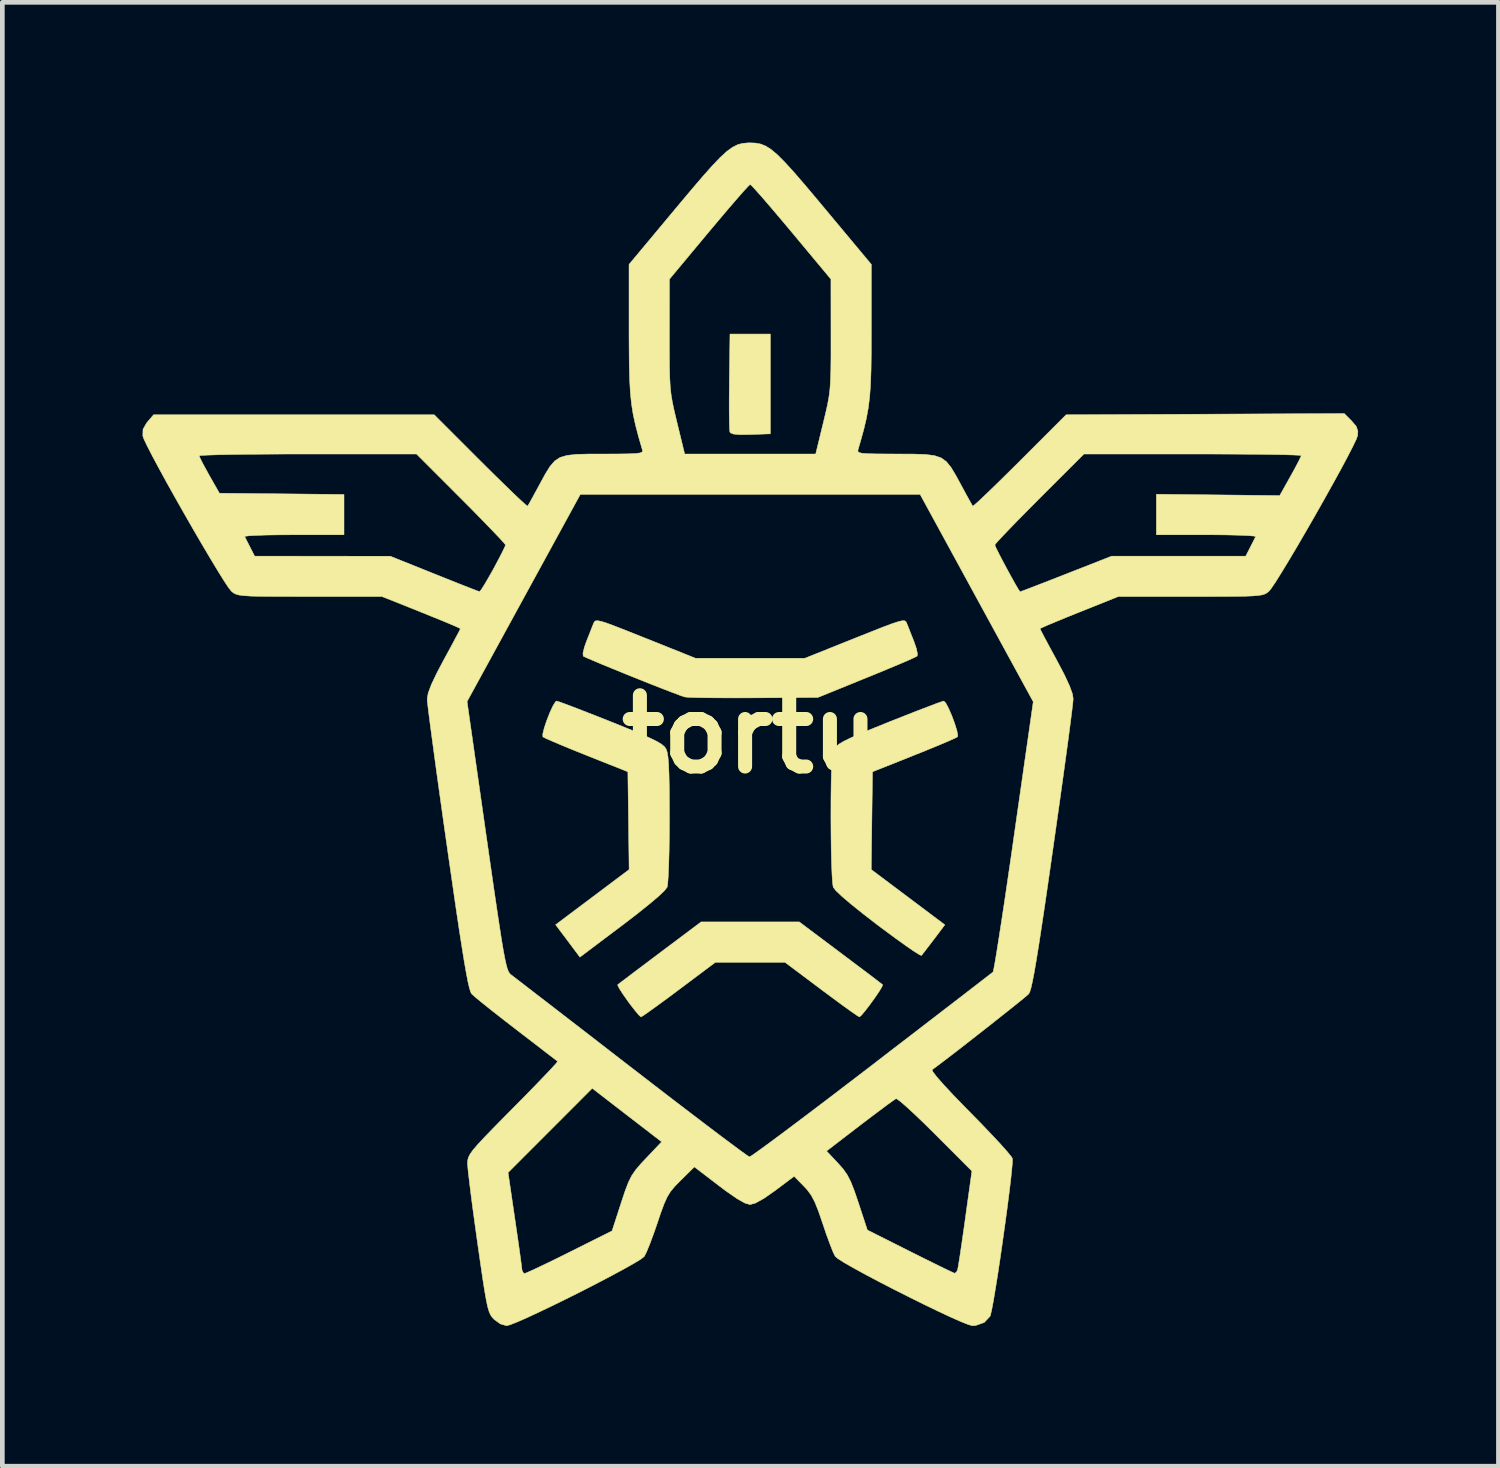
<source format=kicad_pcb>
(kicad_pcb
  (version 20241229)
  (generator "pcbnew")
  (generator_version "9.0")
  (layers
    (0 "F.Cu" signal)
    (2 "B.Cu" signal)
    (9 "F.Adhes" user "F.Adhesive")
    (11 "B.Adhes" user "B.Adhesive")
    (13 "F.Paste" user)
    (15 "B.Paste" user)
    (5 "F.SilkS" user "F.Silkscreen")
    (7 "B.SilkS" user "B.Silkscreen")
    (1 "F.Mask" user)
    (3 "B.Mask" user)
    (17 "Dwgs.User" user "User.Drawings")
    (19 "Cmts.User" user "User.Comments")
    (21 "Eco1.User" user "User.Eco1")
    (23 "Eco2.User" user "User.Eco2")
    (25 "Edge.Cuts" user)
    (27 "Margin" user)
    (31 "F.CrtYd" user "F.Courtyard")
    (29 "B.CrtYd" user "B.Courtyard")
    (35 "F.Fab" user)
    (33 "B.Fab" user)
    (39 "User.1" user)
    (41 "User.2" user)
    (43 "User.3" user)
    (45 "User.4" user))
  (footprint "tortu"
    (layer "F.Cu")
    (at 12.994 12.654)
    (property "Reference" "tortu" (at 0 0 0) (layer "F.SilkS") (effects (font (size 1.524 1.524) (thickness 0.3))))
    (attr through_hole)
    (fp_poly (pts (xy 0.432 -6.426) (xy 0.012 -6.411) (xy -0.213 -6.408) (xy -0.353 -6.42) (xy -0.422 -6.447) (xy -0.434 -6.464) (xy -0.441 -6.533) (xy -0.446 -6.688) (xy -0.449 -6.91) (xy -0.449 -7.185) (xy -0.446 -7.495) (xy -0.446 -7.545) (xy -0.432 -8.56) (xy 0.432 -8.56) (xy 0.432 -6.426)) (stroke (width 0.01) (type solid)) (fill yes) (layer "F.SilkS"))
    (fp_poly (pts (xy 1.93 4.673) (xy 2.189 4.868) (xy 2.421 5.042) (xy 2.612 5.186) (xy 2.75 5.292) (xy 2.824 5.349) (xy 2.833 5.356) (xy 2.816 5.404) (xy 2.753 5.508) (xy 2.66 5.644) (xy 2.555 5.789) (xy 2.454 5.92) (xy 2.375 6.013) (xy 2.336 6.045) (xy 2.287 6.016) (xy 2.17 5.935) (xy 1.998 5.812) (xy 1.785 5.655) (xy 1.542 5.475) (xy 1.524 5.461) (xy 0.745 4.877) (xy -0.745 4.877) (xy -1.524 5.461) (xy -1.768 5.643) (xy -1.984 5.801) (xy -2.159 5.927) (xy -2.28 6.012) (xy -2.335 6.045) (xy -2.336 6.045) (xy -2.379 6.007) (xy -2.464 5.906) (xy -2.577 5.761) (xy -2.612 5.712) (xy -2.722 5.556) (xy -2.801 5.433) (xy -2.834 5.364) (xy -2.833 5.356) (xy -2.788 5.32) (xy -2.672 5.233) (xy -2.5 5.102) (xy -2.283 4.939) (xy -2.033 4.751) (xy -1.93 4.673) (xy -1.05 4.013) (xy 1.05 4.013) (xy 1.93 4.673)) (stroke (width 0.01) (type solid)) (fill yes) (layer "F.SilkS"))
    (fp_poly (pts (xy -4.081 -0.693) (xy -3.941 -0.642) (xy -3.734 -0.564) (xy -3.475 -0.463) (xy -3.176 -0.346) (xy -2.98 -0.268) (xy -2.618 -0.122) (xy -2.34 -0.007) (xy -2.133 0.085) (xy -1.987 0.157) (xy -1.89 0.217) (xy -1.83 0.269) (xy -1.799 0.314) (xy -1.776 0.379) (xy -1.758 0.484) (xy -1.745 0.639) (xy -1.736 0.856) (xy -1.73 1.145) (xy -1.728 1.518) (xy -1.727 1.798) (xy -1.729 2.164) (xy -1.734 2.502) (xy -1.742 2.797) (xy -1.752 3.033) (xy -1.764 3.197) (xy -1.776 3.27) (xy -1.834 3.345) (xy -1.967 3.471) (xy -2.169 3.641) (xy -2.429 3.849) (xy -2.733 4.082) (xy -3.642 4.766) (xy -3.901 4.419) (xy -4.161 4.073) (xy -2.589 2.893) (xy -2.602 1.847) (xy -2.616 0.802) (xy -3.505 0.448) (xy -3.787 0.335) (xy -4.036 0.232) (xy -4.237 0.147) (xy -4.375 0.086) (xy -4.434 0.055) (xy -4.434 0.055) (xy -4.436 -0.007) (xy -4.405 -0.133) (xy -4.352 -0.292) (xy -4.287 -0.458) (xy -4.222 -0.6) (xy -4.166 -0.692) (xy -4.141 -0.711) (xy -4.081 -0.693)) (stroke (width 0.01) (type solid)) (fill yes) (layer "F.SilkS"))
    (fp_poly (pts (xy -3.175 -2.412) (xy -3.046 -2.37) (xy -2.86 -2.3) (xy -2.604 -2.2) (xy -2.267 -2.065) (xy -2.238 -2.054) (xy -1.169 -1.626) (xy 1.169 -1.626) (xy 2.238 -2.054) (xy 2.582 -2.191) (xy 2.843 -2.294) (xy 3.035 -2.366) (xy 3.167 -2.409) (xy 3.253 -2.429) (xy 3.304 -2.427) (xy 3.332 -2.408) (xy 3.349 -2.374) (xy 3.35 -2.371) (xy 3.393 -2.263) (xy 3.456 -2.102) (xy 3.502 -1.986) (xy 3.555 -1.832) (xy 3.578 -1.716) (xy 3.571 -1.673) (xy 3.514 -1.643) (xy 3.377 -1.581) (xy 3.174 -1.494) (xy 2.918 -1.387) (xy 2.625 -1.266) (xy 2.489 -1.211) (xy 1.448 -0.788) (xy 0.076 -0.779) (xy -0.292 -0.778) (xy -0.63 -0.779) (xy -0.924 -0.781) (xy -1.16 -0.785) (xy -1.322 -0.791) (xy -1.397 -0.798) (xy -1.485 -0.827) (xy -1.645 -0.887) (xy -1.86 -0.97) (xy -2.114 -1.069) (xy -2.389 -1.179) (xy -2.67 -1.292) (xy -2.939 -1.402) (xy -3.181 -1.501) (xy -3.377 -1.584) (xy -3.513 -1.643) (xy -3.571 -1.672) (xy -3.571 -1.673) (xy -3.576 -1.737) (xy -3.545 -1.864) (xy -3.502 -1.986) (xy -3.434 -2.158) (xy -3.376 -2.306) (xy -3.35 -2.371) (xy -3.333 -2.406) (xy -3.307 -2.426) (xy -3.258 -2.429) (xy -3.175 -2.412)) (stroke (width 0.01) (type solid)) (fill yes) (layer "F.SilkS"))
    (fp_poly (pts (xy 4.184 -0.667) (xy 4.244 -0.554) (xy 4.311 -0.4) (xy 4.373 -0.233) (xy 4.42 -0.082) (xy 4.44 0.024) (xy 4.434 0.055) (xy 4.376 0.085) (xy 4.239 0.146) (xy 4.039 0.231) (xy 3.79 0.333) (xy 3.509 0.446) (xy 3.505 0.448) (xy 2.616 0.802) (xy 2.602 1.847) (xy 2.589 2.893) (xy 3.376 3.484) (xy 4.163 4.075) (xy 3.928 4.387) (xy 3.811 4.54) (xy 3.718 4.661) (xy 3.666 4.727) (xy 3.662 4.731) (xy 3.615 4.711) (xy 3.499 4.638) (xy 3.326 4.519) (xy 3.109 4.363) (xy 2.858 4.178) (xy 2.728 4.081) (xy 2.421 3.844) (xy 2.164 3.638) (xy 1.965 3.469) (xy 1.833 3.344) (xy 1.776 3.27) (xy 1.763 3.187) (xy 1.751 3.016) (xy 1.741 2.774) (xy 1.733 2.475) (xy 1.729 2.134) (xy 1.727 1.798) (xy 1.728 1.367) (xy 1.732 1.027) (xy 1.739 0.766) (xy 1.75 0.574) (xy 1.764 0.439) (xy 1.784 0.35) (xy 1.799 0.314) (xy 1.835 0.263) (xy 1.898 0.211) (xy 2 0.15) (xy 2.152 0.076) (xy 2.366 -0.018) (xy 2.653 -0.136) (xy 2.98 -0.268) (xy 3.296 -0.393) (xy 3.581 -0.505) (xy 3.822 -0.597) (xy 4.004 -0.666) (xy 4.115 -0.704) (xy 4.141 -0.711) (xy 4.184 -0.667)) (stroke (width 0.01) (type solid)) (fill yes) (layer "F.SilkS"))
    (fp_poly (pts (xy 0.117 -12.644) (xy 0.224 -12.624) (xy 0.331 -12.581) (xy 0.446 -12.509) (xy 0.578 -12.398) (xy 0.735 -12.241) (xy 0.926 -12.032) (xy 1.16 -11.761) (xy 1.445 -11.423) (xy 1.581 -11.26) (xy 2.591 -10.049) (xy 2.591 -8.628) (xy 2.59 -8.168) (xy 2.585 -7.791) (xy 2.574 -7.48) (xy 2.555 -7.216) (xy 2.526 -6.981) (xy 2.485 -6.757) (xy 2.431 -6.526) (xy 2.36 -6.269) (xy 2.306 -6.083) (xy 2.303 -6.051) (xy 2.326 -6.027) (xy 2.388 -6.011) (xy 2.503 -6.002) (xy 2.684 -5.997) (xy 2.946 -5.995) (xy 3.139 -5.994) (xy 3.483 -5.993) (xy 3.743 -5.985) (xy 3.937 -5.961) (xy 4.082 -5.913) (xy 4.195 -5.832) (xy 4.294 -5.71) (xy 4.397 -5.539) (xy 4.503 -5.344) (xy 4.606 -5.154) (xy 4.691 -5) (xy 4.746 -4.903) (xy 4.76 -4.879) (xy 4.799 -4.908) (xy 4.901 -4.999) (xy 5.055 -5.145) (xy 5.253 -5.336) (xy 5.485 -5.564) (xy 5.742 -5.818) (xy 5.768 -5.844) (xy 6.757 -6.833) (xy 9.731 -6.846) (xy 12.705 -6.86) (xy 12.861 -6.704) (xy 12.963 -6.585) (xy 12.997 -6.48) (xy 12.99 -6.386) (xy 12.958 -6.299) (xy 12.88 -6.138) (xy 12.765 -5.915) (xy 12.62 -5.644) (xy 12.451 -5.337) (xy 12.266 -5.006) (xy 12.073 -4.665) (xy 11.878 -4.326) (xy 11.689 -4.002) (xy 11.513 -3.706) (xy 11.358 -3.451) (xy 11.231 -3.248) (xy 11.139 -3.113) (xy 11.096 -3.061) (xy 11.057 -3.028) (xy 11.014 -3.003) (xy 10.956 -2.983) (xy 10.871 -2.969) (xy 10.747 -2.959) (xy 10.573 -2.952) (xy 10.337 -2.949) (xy 10.028 -2.947) (xy 9.634 -2.946) (xy 9.421 -2.946) (xy 7.874 -2.946) (xy 7.036 -2.611) (xy 6.766 -2.502) (xy 6.533 -2.406) (xy 6.35 -2.33) (xy 6.234 -2.278) (xy 6.198 -2.259) (xy 6.221 -2.211) (xy 6.284 -2.09) (xy 6.379 -1.912) (xy 6.497 -1.694) (xy 6.553 -1.591) (xy 6.718 -1.277) (xy 6.829 -1.038) (xy 6.892 -0.865) (xy 6.908 -0.76) (xy 6.901 -0.678) (xy 6.881 -0.505) (xy 6.849 -0.25) (xy 6.806 0.078) (xy 6.753 0.468) (xy 6.692 0.912) (xy 6.624 1.399) (xy 6.55 1.922) (xy 6.477 2.436) (xy 6.383 3.092) (xy 6.301 3.654) (xy 6.23 4.128) (xy 6.17 4.521) (xy 6.118 4.84) (xy 6.075 5.091) (xy 6.038 5.281) (xy 6.008 5.416) (xy 5.982 5.504) (xy 5.959 5.549) (xy 5.957 5.552) (xy 5.9 5.603) (xy 5.776 5.705) (xy 5.599 5.847) (xy 5.382 6.019) (xy 5.14 6.211) (xy 4.886 6.41) (xy 4.633 6.608) (xy 4.396 6.792) (xy 4.187 6.952) (xy 4.021 7.078) (xy 3.912 7.159) (xy 3.89 7.174) (xy 3.908 7.22) (xy 3.992 7.329) (xy 4.137 7.494) (xy 4.336 7.708) (xy 4.583 7.963) (xy 4.706 8.088) (xy 4.95 8.337) (xy 5.17 8.568) (xy 5.357 8.768) (xy 5.498 8.927) (xy 5.585 9.034) (xy 5.608 9.071) (xy 5.609 9.146) (xy 5.595 9.307) (xy 5.571 9.539) (xy 5.536 9.826) (xy 5.494 10.153) (xy 5.446 10.506) (xy 5.395 10.869) (xy 5.343 11.228) (xy 5.292 11.567) (xy 5.243 11.871) (xy 5.2 12.127) (xy 5.164 12.317) (xy 5.137 12.429) (xy 5.131 12.446) (xy 5.005 12.58) (xy 4.82 12.645) (xy 4.755 12.649) (xy 4.669 12.626) (xy 4.508 12.562) (xy 4.287 12.464) (xy 4.019 12.339) (xy 3.719 12.194) (xy 3.4 12.036) (xy 3.076 11.873) (xy 2.761 11.71) (xy 2.47 11.556) (xy 2.216 11.417) (xy 2.013 11.301) (xy 1.876 11.214) (xy 1.819 11.166) (xy 1.773 11.073) (xy 1.707 10.906) (xy 1.628 10.691) (xy 1.552 10.465) (xy 1.46 10.197) (xy 1.382 10.003) (xy 1.307 9.86) (xy 1.221 9.744) (xy 1.15 9.667) (xy 0.94 9.453) (xy 0.537 9.756) (xy 0.297 9.924) (xy 0.113 10.026) (xy -0.003 10.058) (xy -0.112 10.027) (xy -0.284 9.93) (xy -0.521 9.765) (xy -0.667 9.655) (xy -1.194 9.252) (xy -1.485 9.539) (xy -1.609 9.665) (xy -1.701 9.775) (xy -1.774 9.893) (xy -1.842 10.044) (xy -1.918 10.251) (xy -1.981 10.44) (xy -2.066 10.684) (xy -2.147 10.902) (xy -2.216 11.07) (xy -2.264 11.165) (xy -2.266 11.168) (xy -2.332 11.221) (xy -2.477 11.31) (xy -2.686 11.428) (xy -2.945 11.568) (xy -3.24 11.723) (xy -3.556 11.886) (xy -3.881 12.049) (xy -4.2 12.206) (xy -4.499 12.349) (xy -4.764 12.473) (xy -4.98 12.568) (xy -5.135 12.629) (xy -5.211 12.649) (xy -5.341 12.611) (xy -5.476 12.514) (xy -5.48 12.509) (xy -5.521 12.465) (xy -5.555 12.414) (xy -5.585 12.343) (xy -5.615 12.242) (xy -5.645 12.098) (xy -5.68 11.9) (xy -5.721 11.637) (xy -5.771 11.296) (xy -5.832 10.871) (xy -5.886 10.483) (xy -5.936 10.118) (xy -5.978 9.792) (xy -6.011 9.519) (xy -6.028 9.373) (xy -5.178 9.373) (xy -5.029 10.389) (xy -4.983 10.701) (xy -4.943 10.981) (xy -4.911 11.212) (xy -4.889 11.378) (xy -4.879 11.463) (xy -4.878 11.468) (xy -4.844 11.527) (xy -4.825 11.532) (xy -4.766 11.51) (xy -4.631 11.449) (xy -4.434 11.356) (xy -4.19 11.238) (xy -3.914 11.101) (xy -3.864 11.076) (xy -2.954 10.621) (xy -2.76 10.023) (xy -2.675 9.767) (xy -2.604 9.581) (xy -2.534 9.44) (xy -2.449 9.316) (xy -2.335 9.183) (xy -2.229 9.07) (xy -1.893 8.716) (xy -2.636 8.144) (xy -3.378 7.571) (xy -4.278 8.472) (xy -5.178 9.373) (xy -6.028 9.373) (xy -6.034 9.314) (xy -6.045 9.191) (xy -6.045 9.175) (xy -6.042 9.113) (xy -6.027 9.052) (xy -5.993 8.983) (xy -5.932 8.896) (xy -5.835 8.782) (xy -5.695 8.631) (xy -5.503 8.432) (xy -5.253 8.178) (xy -5.071 7.994) (xy -4.816 7.736) (xy -4.588 7.502) (xy -4.395 7.301) (xy -4.246 7.144) (xy -4.151 7.039) (xy -4.118 6.995) (xy -4.118 6.995) (xy -4.163 6.96) (xy -4.277 6.873) (xy -4.447 6.742) (xy -4.661 6.577) (xy -4.908 6.388) (xy -5.004 6.314) (xy -5.265 6.112) (xy -5.503 5.926) (xy -5.705 5.765) (xy -5.856 5.641) (xy -5.944 5.564) (xy -5.957 5.552) (xy -5.979 5.511) (xy -6.004 5.429) (xy -6.035 5.299) (xy -6.07 5.117) (xy -6.113 4.873) (xy -6.163 4.563) (xy -6.223 4.18) (xy -6.292 3.716) (xy -6.372 3.165) (xy -6.465 2.521) (xy -6.477 2.436) (xy -6.555 1.89) (xy -6.628 1.369) (xy -6.696 0.883) (xy -6.756 0.442) (xy -6.808 0.056) (xy -6.851 -0.267) (xy -6.883 -0.517) (xy -6.902 -0.685) (xy -6.904 -0.701) (xy -6.055 -0.701) (xy -5.644 2.177) (xy -5.556 2.789) (xy -5.481 3.309) (xy -5.417 3.744) (xy -5.363 4.102) (xy -5.318 4.391) (xy -5.28 4.618) (xy -5.247 4.793) (xy -5.219 4.921) (xy -5.194 5.012) (xy -5.17 5.073) (xy -5.147 5.112) (xy -5.122 5.137) (xy -5.118 5.14) (xy -5.058 5.186) (xy -4.925 5.288) (xy -4.727 5.441) (xy -4.47 5.639) (xy -4.161 5.877) (xy -3.809 6.149) (xy -3.42 6.449) (xy -3.003 6.772) (xy -2.563 7.112) (xy -2.54 7.129) (xy -2.101 7.468) (xy -1.686 7.787) (xy -1.3 8.082) (xy -0.952 8.347) (xy -0.648 8.577) (xy -0.395 8.766) (xy -0.201 8.91) (xy -0.072 9.002) (xy -0.016 9.038) (xy -0.015 9.038) (xy 0.035 9.009) (xy 0.159 8.922) (xy 0.171 8.913) (xy 1.633 8.913) (xy 1.876 9.171) (xy 1.988 9.297) (xy 2.075 9.421) (xy 2.151 9.569) (xy 2.228 9.765) (xy 2.313 10.015) (xy 2.506 10.602) (xy 3.425 11.064) (xy 3.705 11.204) (xy 3.954 11.327) (xy 4.158 11.427) (xy 4.303 11.496) (xy 4.374 11.528) (xy 4.378 11.529) (xy 4.419 11.49) (xy 4.438 11.443) (xy 4.452 11.367) (xy 4.478 11.207) (xy 4.512 10.98) (xy 4.552 10.703) (xy 4.596 10.394) (xy 4.602 10.347) (xy 4.742 9.341) (xy 3.958 8.556) (xy 3.727 8.327) (xy 3.518 8.127) (xy 3.342 7.965) (xy 3.21 7.851) (xy 3.133 7.796) (xy 3.12 7.792) (xy 3.064 7.829) (xy 2.941 7.917) (xy 2.767 8.047) (xy 2.554 8.207) (xy 2.349 8.363) (xy 1.633 8.913) (xy 0.171 8.913) (xy 0.349 8.784) (xy 0.598 8.6) (xy 0.9 8.374) (xy 1.248 8.112) (xy 1.634 7.82) (xy 2.051 7.501) (xy 2.494 7.163) (xy 2.602 7.08) (xy 3.048 6.736) (xy 3.472 6.411) (xy 3.864 6.109) (xy 4.219 5.836) (xy 4.53 5.597) (xy 4.789 5.397) (xy 4.991 5.241) (xy 5.127 5.136) (xy 5.191 5.086) (xy 5.194 5.083) (xy 5.208 5.028) (xy 5.235 4.881) (xy 5.273 4.652) (xy 5.321 4.349) (xy 5.378 3.982) (xy 5.442 3.56) (xy 5.511 3.091) (xy 5.585 2.585) (xy 5.643 2.177) (xy 6.054 -0.696) (xy 4.844 -2.913) (xy 4.224 -4.05) (xy 5.232 -4.05) (xy 5.255 -3.993) (xy 5.314 -3.873) (xy 5.398 -3.711) (xy 5.495 -3.53) (xy 5.593 -3.35) (xy 5.68 -3.195) (xy 5.744 -3.087) (xy 5.773 -3.048) (xy 5.823 -3.066) (xy 5.953 -3.115) (xy 6.149 -3.191) (xy 6.397 -3.287) (xy 6.682 -3.398) (xy 6.76 -3.429) (xy 7.731 -3.81) (xy 10.598 -3.81) (xy 10.695 -4) (xy 10.76 -4.128) (xy 10.804 -4.215) (xy 10.811 -4.229) (xy 10.768 -4.24) (xy 10.638 -4.25) (xy 10.435 -4.258) (xy 10.175 -4.264) (xy 9.87 -4.267) (xy 9.758 -4.267) (xy 8.687 -4.267) (xy 8.687 -5.134) (xy 11.325 -5.105) (xy 11.555 -5.516) (xy 11.656 -5.699) (xy 11.734 -5.848) (xy 11.779 -5.941) (xy 11.786 -5.961) (xy 11.736 -5.968) (xy 11.596 -5.974) (xy 11.374 -5.98) (xy 11.08 -5.985) (xy 10.725 -5.989) (xy 10.319 -5.992) (xy 9.871 -5.994) (xy 9.462 -5.994) (xy 7.138 -5.994) (xy 6.185 -5.042) (xy 5.932 -4.787) (xy 5.703 -4.555) (xy 5.51 -4.355) (xy 5.36 -4.198) (xy 5.265 -4.093) (xy 5.232 -4.05) (xy 4.224 -4.05) (xy 3.634 -5.131) (xy -3.633 -5.131) (xy -4.844 -2.916) (xy -6.055 -0.701) (xy -6.904 -0.701) (xy -6.908 -0.76) (xy -6.886 -0.883) (xy -6.818 -1.065) (xy -6.7 -1.313) (xy -6.553 -1.591) (xy -6.427 -1.822) (xy -6.321 -2.02) (xy -6.243 -2.167) (xy -6.202 -2.248) (xy -6.198 -2.259) (xy -6.242 -2.282) (xy -6.367 -2.337) (xy -6.555 -2.416) (xy -6.793 -2.513) (xy -7.036 -2.611) (xy -7.874 -2.946) (xy -9.421 -2.946) (xy -9.858 -2.947) (xy -10.204 -2.948) (xy -10.472 -2.95) (xy -10.674 -2.955) (xy -10.819 -2.964) (xy -10.921 -2.976) (xy -10.99 -2.993) (xy -11.039 -3.016) (xy -11.078 -3.045) (xy -11.096 -3.061) (xy -11.155 -3.135) (xy -11.255 -3.286) (xy -11.388 -3.5) (xy -11.548 -3.765) (xy -11.727 -4.067) (xy -11.918 -4.395) (xy -12.113 -4.735) (xy -12.305 -5.074) (xy -12.487 -5.4) (xy -12.651 -5.7) (xy -12.788 -5.956) (xy -11.785 -5.956) (xy -11.761 -5.898) (xy -11.698 -5.774) (xy -11.607 -5.608) (xy -11.568 -5.537) (xy -11.351 -5.156) (xy -8.687 -5.129) (xy -8.687 -4.267) (xy -9.758 -4.267) (xy -10.074 -4.265) (xy -10.351 -4.261) (xy -10.576 -4.253) (xy -10.732 -4.244) (xy -10.807 -4.233) (xy -10.811 -4.229) (xy -10.778 -4.163) (xy -10.718 -4.045) (xy -10.695 -4) (xy -10.598 -3.81) (xy -9.147 -3.809) (xy -7.696 -3.808) (xy -6.756 -3.431) (xy -6.468 -3.316) (xy -6.213 -3.214) (xy -6.005 -3.133) (xy -5.859 -3.076) (xy -5.791 -3.052) (xy -5.788 -3.051) (xy -5.753 -3.091) (xy -5.682 -3.203) (xy -5.585 -3.369) (xy -5.495 -3.528) (xy -5.388 -3.728) (xy -5.302 -3.895) (xy -5.247 -4.009) (xy -5.232 -4.049) (xy -5.267 -4.094) (xy -5.364 -4.201) (xy -5.515 -4.359) (xy -5.709 -4.56) (xy -5.938 -4.794) (xy -6.184 -5.041) (xy -7.136 -5.994) (xy -9.461 -5.994) (xy -9.936 -5.994) (xy -10.378 -5.991) (xy -10.778 -5.988) (xy -11.125 -5.983) (xy -11.409 -5.977) (xy -11.62 -5.97) (xy -11.749 -5.963) (xy -11.785 -5.956) (xy -12.788 -5.956) (xy -12.791 -5.962) (xy -12.899 -6.172) (xy -12.968 -6.318) (xy -12.989 -6.379) (xy -12.986 -6.522) (xy -12.91 -6.656) (xy -12.887 -6.684) (xy -12.76 -6.833) (xy -6.757 -6.833) (xy -5.768 -5.844) (xy -5.509 -5.587) (xy -5.274 -5.357) (xy -5.073 -5.162) (xy -4.914 -5.011) (xy -4.807 -4.914) (xy -4.761 -4.879) (xy -4.76 -4.879) (xy -4.729 -4.931) (xy -4.662 -5.052) (xy -4.569 -5.222) (xy -4.503 -5.344) (xy -4.383 -5.565) (xy -4.281 -5.729) (xy -4.181 -5.845) (xy -4.065 -5.921) (xy -3.915 -5.965) (xy -3.714 -5.987) (xy -3.444 -5.994) (xy -3.139 -5.994) (xy -2.825 -5.995) (xy -2.599 -5.998) (xy -2.447 -6.005) (xy -2.356 -6.017) (xy -2.312 -6.036) (xy -2.302 -6.063) (xy -2.306 -6.083) (xy -2.388 -6.366) (xy -2.452 -6.611) (xy -2.502 -6.838) (xy -2.538 -7.064) (xy -2.563 -7.307) (xy -2.578 -7.586) (xy -2.587 -7.919) (xy -2.59 -8.324) (xy -2.591 -8.537) (xy -1.728 -8.537) (xy -1.728 -8.155) (xy -1.726 -7.856) (xy -1.72 -7.621) (xy -1.709 -7.429) (xy -1.691 -7.263) (xy -1.664 -7.102) (xy -1.627 -6.928) (xy -1.578 -6.722) (xy -1.565 -6.668) (xy -1.401 -5.994) (xy 1.401 -5.994) (xy 1.565 -6.668) (xy 1.617 -6.884) (xy 1.657 -7.064) (xy 1.686 -7.226) (xy 1.706 -7.389) (xy 1.718 -7.573) (xy 1.725 -7.797) (xy 1.728 -8.079) (xy 1.728 -8.44) (xy 1.728 -8.537) (xy 1.727 -9.733) (xy 0.883 -10.746) (xy 0.654 -11.019) (xy 0.446 -11.264) (xy 0.268 -11.471) (xy 0.128 -11.629) (xy 0.035 -11.729) (xy 0 -11.76) (xy -0.041 -11.723) (xy -0.139 -11.617) (xy -0.282 -11.454) (xy -0.464 -11.243) (xy -0.674 -10.995) (xy -0.883 -10.746) (xy -1.727 -9.733) (xy -1.728 -8.537) (xy -2.591 -8.537) (xy -2.591 -8.628) (xy -2.591 -10.049) (xy -1.581 -11.26) (xy -1.271 -11.63) (xy -1.017 -11.927) (xy -0.809 -12.161) (xy -0.639 -12.339) (xy -0.498 -12.468) (xy -0.377 -12.555) (xy -0.268 -12.61) (xy -0.162 -12.638) (xy -0.05 -12.648) (xy 0 -12.649) (xy 0.117 -12.644)) (stroke (width 0.01) (type solid)) (fill yes) (layer "F.SilkS")))
  (gr_rect
    (start -3 -3)
    (end 28.997 28.308)
    (stroke (width 0.1) (type default))
    (fill no)
    (layer "Edge.Cuts")))
</source>
